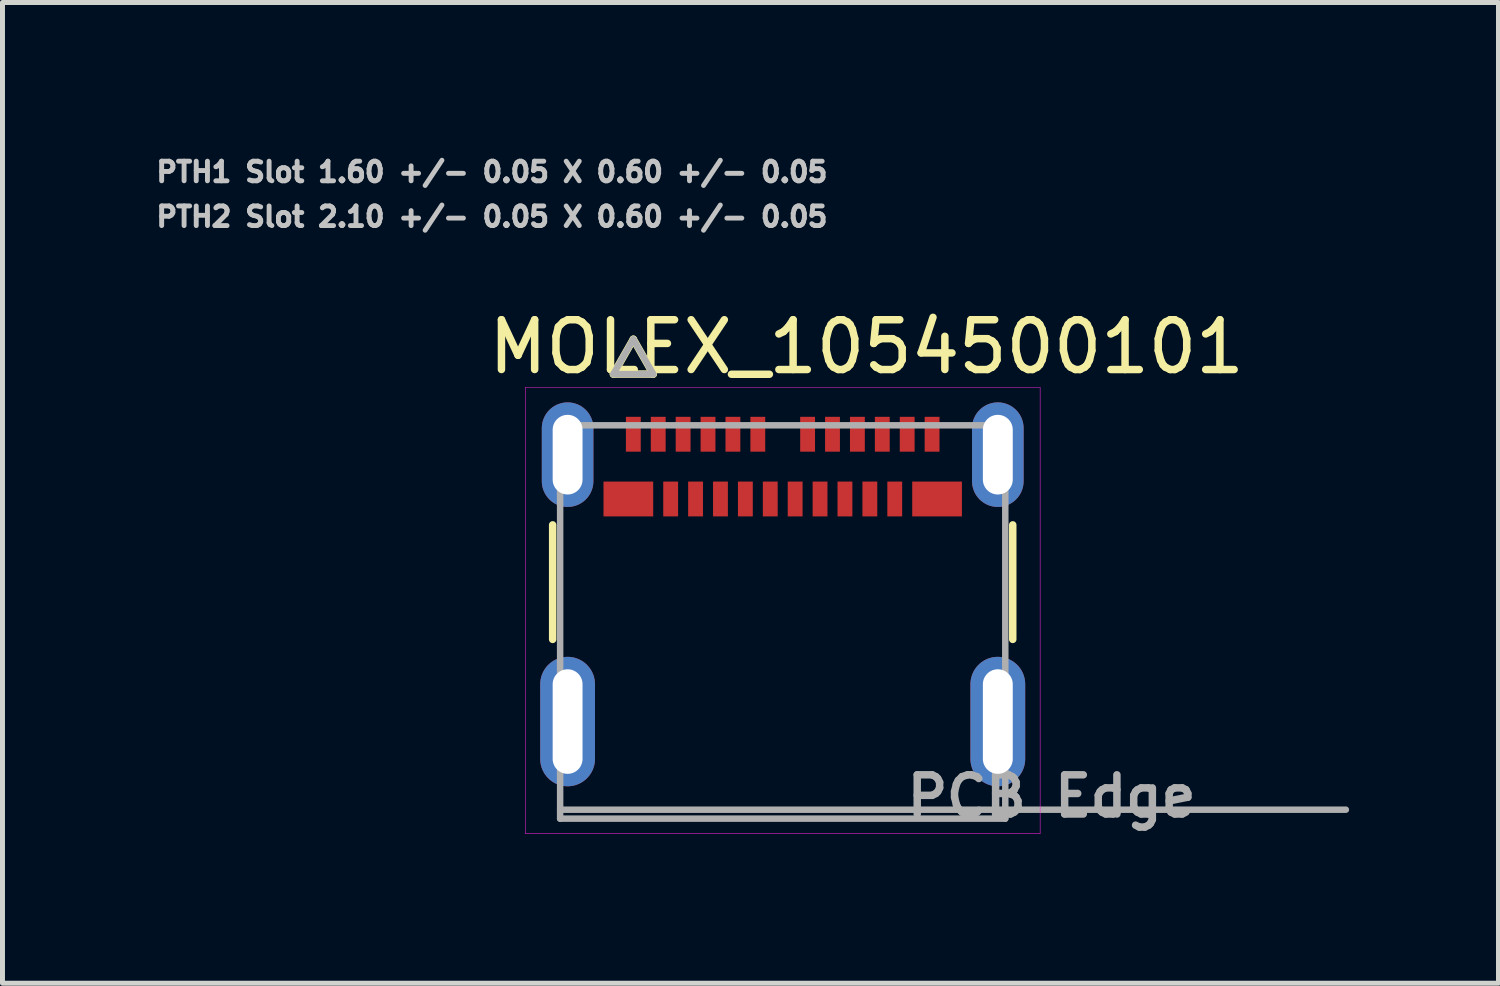
<source format=kicad_pcb>
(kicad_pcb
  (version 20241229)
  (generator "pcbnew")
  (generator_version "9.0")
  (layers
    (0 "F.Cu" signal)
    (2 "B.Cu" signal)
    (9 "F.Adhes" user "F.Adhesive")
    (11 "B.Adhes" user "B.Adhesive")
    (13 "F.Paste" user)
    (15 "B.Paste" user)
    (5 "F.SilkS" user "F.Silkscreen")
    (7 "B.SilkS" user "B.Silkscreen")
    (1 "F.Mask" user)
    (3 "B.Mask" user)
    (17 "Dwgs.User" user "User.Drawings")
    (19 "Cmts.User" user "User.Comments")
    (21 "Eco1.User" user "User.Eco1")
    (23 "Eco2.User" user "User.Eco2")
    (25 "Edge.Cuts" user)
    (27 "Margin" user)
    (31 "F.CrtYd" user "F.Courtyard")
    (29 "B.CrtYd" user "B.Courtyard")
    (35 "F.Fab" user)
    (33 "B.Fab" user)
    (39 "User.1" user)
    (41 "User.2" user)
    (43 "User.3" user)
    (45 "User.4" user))
  (footprint "MOLEX_1054500101"
    (layer "F.Cu")
    (at 12.669 13.211)
    (property "Reference" "MOLEX_1054500101" (at 1.685 -9.295 0) (layer "F.SilkS") (effects (font (size 1 1) (thickness 0.15))))
    (attr smd)
    (fp_poly (pts (xy -3.663 -6.654) (xy -2.538 -6.654) (xy -2.538 -5.827) (xy -3.663 -5.827)) (stroke (width 0.01) (type solid)) (fill yes) (layer "F.Mask"))
    (fp_poly (pts (xy -3.212 -7.954) (xy -2.788 -7.954) (xy -2.788 -7.127) (xy -3.212 -7.127)) (stroke (width 0.01) (type solid)) (fill yes) (layer "F.Mask"))
    (fp_poly (pts (xy -2.712 -7.954) (xy -2.288 -7.954) (xy -2.288 -7.127) (xy -2.712 -7.127)) (stroke (width 0.01) (type solid)) (fill yes) (layer "F.Mask"))
    (fp_poly (pts (xy -2.462 -6.654) (xy -2.038 -6.654) (xy -2.038 -5.827) (xy -2.462 -5.827)) (stroke (width 0.01) (type solid)) (fill yes) (layer "F.Mask"))
    (fp_poly (pts (xy -2.212 -7.954) (xy -1.788 -7.954) (xy -1.788 -7.127) (xy -2.212 -7.127)) (stroke (width 0.01) (type solid)) (fill yes) (layer "F.Mask"))
    (fp_poly (pts (xy -1.962 -6.654) (xy -1.538 -6.654) (xy -1.538 -5.827) (xy -1.962 -5.827)) (stroke (width 0.01) (type solid)) (fill yes) (layer "F.Mask"))
    (fp_poly (pts (xy -1.712 -7.954) (xy -1.288 -7.954) (xy -1.288 -7.127) (xy -1.712 -7.127)) (stroke (width 0.01) (type solid)) (fill yes) (layer "F.Mask"))
    (fp_poly (pts (xy -1.462 -6.654) (xy -1.038 -6.654) (xy -1.038 -5.827) (xy -1.462 -5.827)) (stroke (width 0.01) (type solid)) (fill yes) (layer "F.Mask"))
    (fp_poly (pts (xy -1.212 -7.954) (xy -0.787 -7.954) (xy -0.787 -7.127) (xy -1.212 -7.127)) (stroke (width 0.01) (type solid)) (fill yes) (layer "F.Mask"))
    (fp_poly (pts (xy -0.963 -6.654) (xy -0.537 -6.654) (xy -0.537 -5.827) (xy -0.963 -5.827)) (stroke (width 0.01) (type solid)) (fill yes) (layer "F.Mask"))
    (fp_poly (pts (xy -0.713 -7.954) (xy -0.287 -7.954) (xy -0.287 -7.127) (xy -0.713 -7.127)) (stroke (width 0.01) (type solid)) (fill yes) (layer "F.Mask"))
    (fp_poly (pts (xy -0.463 -6.654) (xy -0.037 -6.654) (xy -0.037 -5.827) (xy -0.463 -5.827)) (stroke (width 0.01) (type solid)) (fill yes) (layer "F.Mask"))
    (fp_poly (pts (xy 0.037 -6.654) (xy 0.463 -6.654) (xy 0.463 -5.827) (xy 0.037 -5.827)) (stroke (width 0.01) (type solid)) (fill yes) (layer "F.Mask"))
    (fp_poly (pts (xy 0.287 -7.954) (xy 0.713 -7.954) (xy 0.713 -7.127) (xy 0.287 -7.127)) (stroke (width 0.01) (type solid)) (fill yes) (layer "F.Mask"))
    (fp_poly (pts (xy 0.537 -6.654) (xy 0.963 -6.654) (xy 0.963 -5.827) (xy 0.537 -5.827)) (stroke (width 0.01) (type solid)) (fill yes) (layer "F.Mask"))
    (fp_poly (pts (xy 0.787 -7.954) (xy 1.212 -7.954) (xy 1.212 -7.127) (xy 0.787 -7.127)) (stroke (width 0.01) (type solid)) (fill yes) (layer "F.Mask"))
    (fp_poly (pts (xy 1.038 -6.654) (xy 1.462 -6.654) (xy 1.462 -5.827) (xy 1.038 -5.827)) (stroke (width 0.01) (type solid)) (fill yes) (layer "F.Mask"))
    (fp_poly (pts (xy 1.288 -7.954) (xy 1.712 -7.954) (xy 1.712 -7.127) (xy 1.288 -7.127)) (stroke (width 0.01) (type solid)) (fill yes) (layer "F.Mask"))
    (fp_poly (pts (xy 1.538 -6.654) (xy 1.962 -6.654) (xy 1.962 -5.827) (xy 1.538 -5.827)) (stroke (width 0.01) (type solid)) (fill yes) (layer "F.Mask"))
    (fp_poly (pts (xy 1.788 -7.954) (xy 2.212 -7.954) (xy 2.212 -7.127) (xy 1.788 -7.127)) (stroke (width 0.01) (type solid)) (fill yes) (layer "F.Mask"))
    (fp_poly (pts (xy 2.038 -6.654) (xy 2.462 -6.654) (xy 2.462 -5.827) (xy 2.038 -5.827)) (stroke (width 0.01) (type solid)) (fill yes) (layer "F.Mask"))
    (fp_poly (pts (xy 2.288 -7.954) (xy 2.712 -7.954) (xy 2.712 -7.127) (xy 2.288 -7.127)) (stroke (width 0.01) (type solid)) (fill yes) (layer "F.Mask"))
    (fp_poly (pts (xy 2.538 -6.654) (xy 3.663 -6.654) (xy 3.663 -5.827) (xy 2.538 -5.827)) (stroke (width 0.01) (type solid)) (fill yes) (layer "F.Mask"))
    (fp_poly (pts (xy 2.788 -7.954) (xy 3.212 -7.954) (xy 3.212 -7.127) (xy 2.788 -7.127)) (stroke (width 0.01) (type solid)) (fill yes) (layer "F.Mask"))
    (fp_line (start -4.62 -3.42) (end -4.62 -5.72) (stroke (width 0.15) (type solid)) (layer "F.SilkS"))
    (fp_line (start -3.4 -8.748) (end -2.6 -8.748) (stroke (width 0.15) (type solid)) (layer "F.SilkS"))
    (fp_line (start -3 -9.448) (end -3.4 -8.748) (stroke (width 0.15) (type solid)) (layer "F.SilkS"))
    (fp_line (start -2.6 -8.748) (end -3 -9.448) (stroke (width 0.15) (type solid)) (layer "F.SilkS"))
    (fp_line (start 4.62 -3.42) (end 4.62 -5.72) (stroke (width 0.15) (type solid)) (layer "F.SilkS"))
    (fp_line (start -5.17 -8.48) (end 5.17 -8.48) (stroke (width 0.01) (type solid)) (layer "F.CrtYd"))
    (fp_line (start -5.17 0.48) (end -5.17 -8.48) (stroke (width 0.01) (type solid)) (layer "F.CrtYd"))
    (fp_line (start 5.17 -8.48) (end 5.17 0.48) (stroke (width 0.01) (type solid)) (layer "F.CrtYd"))
    (fp_line (start 5.17 0.48) (end -5.17 0.48) (stroke (width 0.01) (type solid)) (layer "F.CrtYd"))
    (fp_line (start -4.47 -7.72) (end -4.47 0.18) (stroke (width 0.13) (type solid)) (layer "F.Fab"))
    (fp_line (start -4.47 0) (end 4.47 0) (stroke (width 0.13) (type solid)) (layer "F.Fab"))
    (fp_line (start -4.47 0.18) (end 4.47 0.18) (stroke (width 0.13) (type solid)) (layer "F.Fab"))
    (fp_line (start -3.4 -8.748) (end -2.6 -8.748) (stroke (width 0.13) (type solid)) (layer "F.Fab"))
    (fp_line (start -3 -9.448) (end -3.4 -8.748) (stroke (width 0.13) (type solid)) (layer "F.Fab"))
    (fp_line (start -2.6 -8.748) (end -3 -9.448) (stroke (width 0.13) (type solid)) (layer "F.Fab"))
    (fp_line (start 4.47 -7.72) (end -4.47 -7.72) (stroke (width 0.13) (type solid)) (layer "F.Fab"))
    (fp_line (start 4.47 0) (end 4.47 -7.72) (stroke (width 0.13) (type solid)) (layer "F.Fab"))
    (fp_line (start 4.47 0) (end 11.31 0) (stroke (width 0.13) (type solid)) (layer "F.Fab"))
    (fp_line (start 4.47 0.18) (end 4.47 0) (stroke (width 0.13) (type solid)) (layer "F.Fab"))
    (fp_text user "PTH2 Slot 2.10 +/- 0.05 X 0.60 +/- 0.05" (at -5.84 -11.908 0) (layer "Dwgs.User") (effects (font (size 0.394 0.394) (thickness 0.15))))
    (fp_text user "PTH1 Slot 1.60 +/- 0.05 X 0.60 +/- 0.05" (at -5.84 -12.807 0) (layer "Dwgs.User") (effects (font (size 0.394 0.394) (thickness 0.15))))
    (fp_text user "PCB Edge" (at 5.4 -0.27 0) (layer "F.Fab") (effects (font (size 0.787 0.787) (thickness 0.15))))
    (pad "A1" smd rect (at -3 -7.54) (size 0.298 0.7) (layers "F.Cu" "F.Paste"))
    (pad "A2" smd rect (at -2.5 -7.54) (size 0.298 0.7) (layers "F.Cu" "F.Paste"))
    (pad "A3" smd rect (at -2 -7.54) (size 0.298 0.7) (layers "F.Cu" "F.Paste"))
    (pad "A4" smd rect (at -1.5 -7.54) (size 0.298 0.7) (layers "F.Cu" "F.Paste"))
    (pad "A5" smd rect (at -1 -7.54) (size 0.298 0.7) (layers "F.Cu" "F.Paste"))
    (pad "A6" smd rect (at -0.5 -7.54) (size 0.298 0.7) (layers "F.Cu" "F.Paste"))
    (pad "A7" smd rect (at 0.5 -7.54) (size 0.298 0.7) (layers "F.Cu" "F.Paste"))
    (pad "A8" smd rect (at 1 -7.54) (size 0.298 0.7) (layers "F.Cu" "F.Paste"))
    (pad "A9" smd rect (at 1.5 -7.54) (size 0.298 0.7) (layers "F.Cu" "F.Paste"))
    (pad "A10" smd rect (at 2 -7.54) (size 0.298 0.7) (layers "F.Cu" "F.Paste"))
    (pad "A11" smd rect (at 2.5 -7.54) (size 0.298 0.7) (layers "F.Cu" "F.Paste"))
    (pad "A12" smd rect (at 3 -7.54) (size 0.298 0.7) (layers "F.Cu" "F.Paste"))
    (pad "B1" smd rect (at 3.1 -6.24) (size 0.998 0.7) (layers "F.Cu" "F.Paste"))
    (pad "B2" smd rect (at 2.25 -6.24) (size 0.298 0.7) (layers "F.Cu" "F.Paste"))
    (pad "B3" smd rect (at 1.75 -6.24) (size 0.298 0.7) (layers "F.Cu" "F.Paste"))
    (pad "B4" smd rect (at 1.25 -6.24) (size 0.298 0.7) (layers "F.Cu" "F.Paste"))
    (pad "B5" smd rect (at 0.75 -6.24) (size 0.298 0.7) (layers "F.Cu" "F.Paste"))
    (pad "B6" smd rect (at 0.25 -6.24) (size 0.298 0.7) (layers "F.Cu" "F.Paste"))
    (pad "B7" smd rect (at -0.25 -6.24) (size 0.298 0.7) (layers "F.Cu" "F.Paste"))
    (pad "B8" smd rect (at -0.75 -6.24) (size 0.298 0.7) (layers "F.Cu" "F.Paste"))
    (pad "B9" smd rect (at -1.25 -6.24) (size 0.298 0.7) (layers "F.Cu" "F.Paste"))
    (pad "B10" smd rect (at -1.75 -6.24) (size 0.298 0.7) (layers "F.Cu" "F.Paste"))
    (pad "B11" smd rect (at -2.25 -6.24) (size 0.298 0.7) (layers "F.Cu" "F.Paste"))
    (pad "B12" smd rect (at -3.1 -6.24) (size 0.998 0.7) (layers "F.Cu" "F.Paste"))
    (pad "SH1" thru_hole oval (at -4.32 -7.13) (size 1.036 2.1) (drill oval 0.6 1.6) (layers "*.Cu" "*.Mask"))
    (pad "SH2" thru_hole oval (at 4.32 -7.13) (size 1.036 2.1) (drill oval 0.6 1.6) (layers "*.Cu" "*.Mask"))
    (pad "SH3" thru_hole oval (at -4.32 -1.77) (size 1.1 2.6) (drill oval 0.6 2.1) (layers "*.Cu" "*.Mask"))
    (pad "SH4" thru_hole oval (at 4.32 -1.77) (size 1.1 2.6) (drill oval 0.6 2.1) (layers "*.Cu" "*.Mask"))
    (zone (net_name "") (layer "F.Cu") (hatch full 0.508) (connect_pads) (min_thickness 0.01) (filled_areas_thickness no) (keepout (tracks not_allowed) (vias not_allowed) (pads not_allowed) (copperpour not_allowed) (footprints allowed)) (placement (enabled no)) (fill) (polygon (pts (xy 9.169 7.561) (xy 16.169 7.561) (xy 16.169 13.211) (xy 9.169 13.211))))
    (zone (net_name "") (layers "F.Cu" "B.Cu") (hatch full 0.508) (connect_pads) (min_thickness 0.01) (filled_areas_thickness no) (keepout (tracks allowed) (vias not_allowed) (pads allowed) (copperpour allowed) (footprints allowed)) (placement (enabled no)) (fill) (polygon (pts (xy 9.169 7.561) (xy 16.169 7.561) (xy 16.169 13.211) (xy 9.169 13.211)))))
  (gr_rect
    (start -3 -3)
    (end 27.044 16.696)
    (stroke (width 0.1) (type default))
    (fill no)
    (layer "Edge.Cuts")))
</source>
